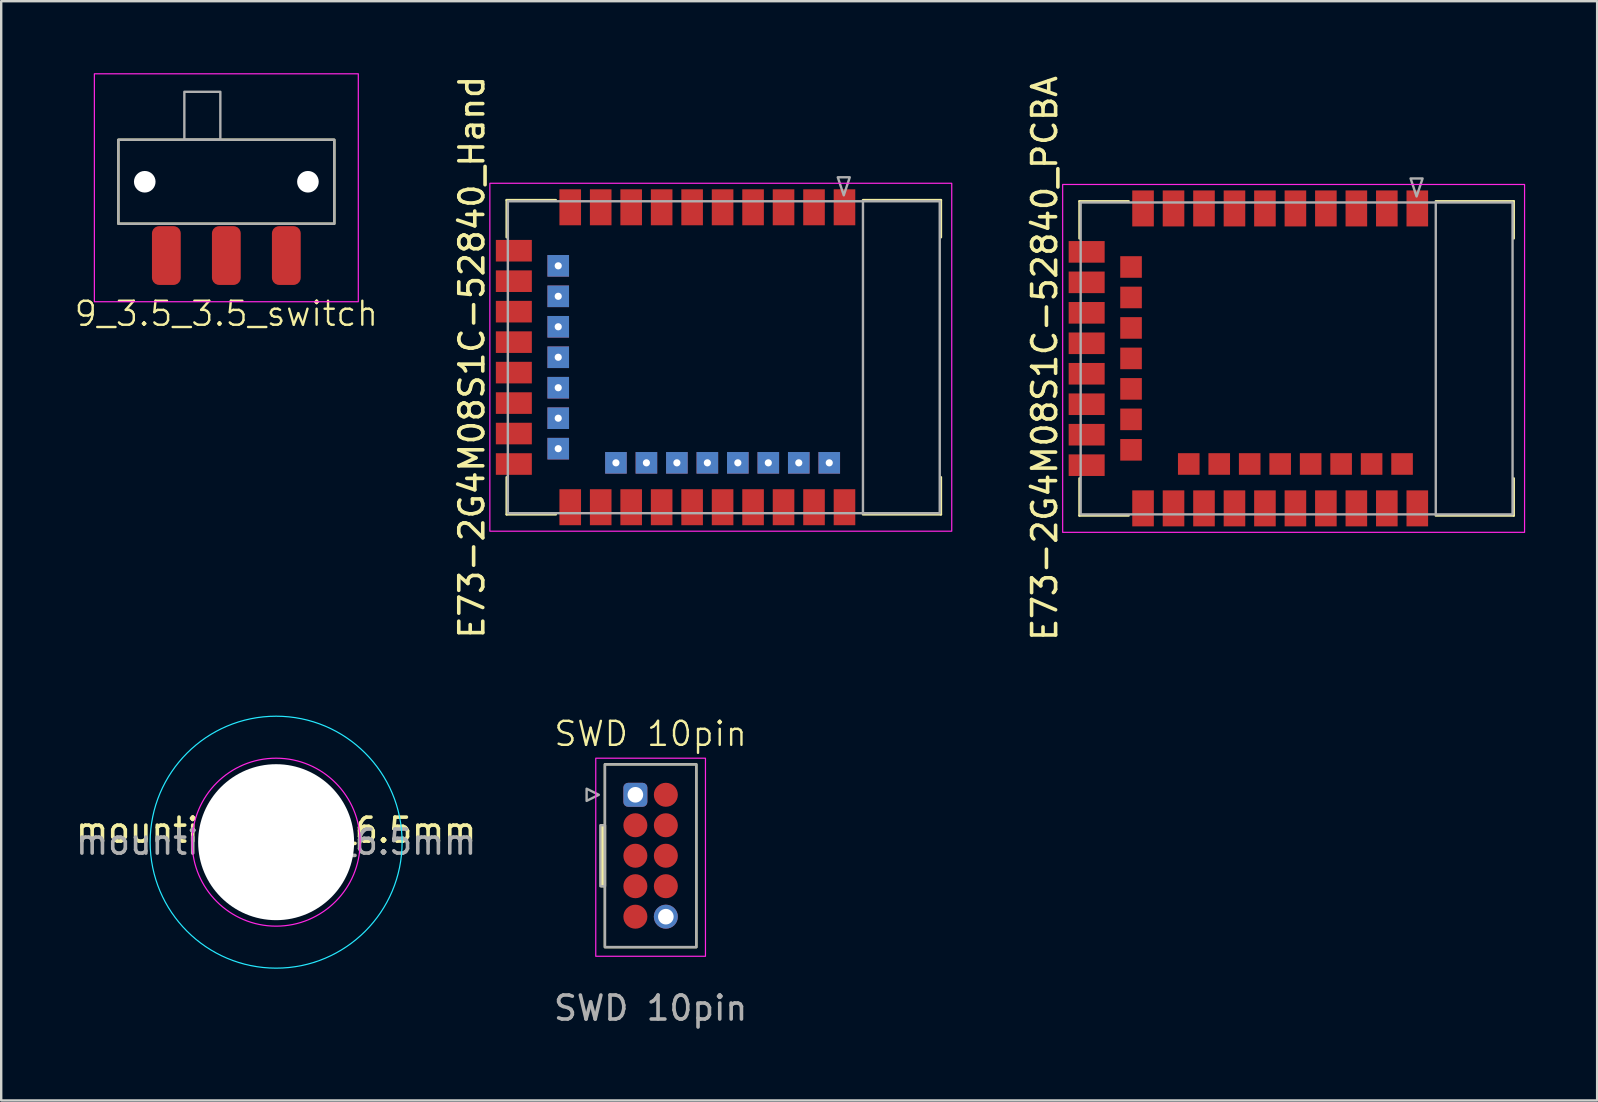
<source format=kicad_pcb>
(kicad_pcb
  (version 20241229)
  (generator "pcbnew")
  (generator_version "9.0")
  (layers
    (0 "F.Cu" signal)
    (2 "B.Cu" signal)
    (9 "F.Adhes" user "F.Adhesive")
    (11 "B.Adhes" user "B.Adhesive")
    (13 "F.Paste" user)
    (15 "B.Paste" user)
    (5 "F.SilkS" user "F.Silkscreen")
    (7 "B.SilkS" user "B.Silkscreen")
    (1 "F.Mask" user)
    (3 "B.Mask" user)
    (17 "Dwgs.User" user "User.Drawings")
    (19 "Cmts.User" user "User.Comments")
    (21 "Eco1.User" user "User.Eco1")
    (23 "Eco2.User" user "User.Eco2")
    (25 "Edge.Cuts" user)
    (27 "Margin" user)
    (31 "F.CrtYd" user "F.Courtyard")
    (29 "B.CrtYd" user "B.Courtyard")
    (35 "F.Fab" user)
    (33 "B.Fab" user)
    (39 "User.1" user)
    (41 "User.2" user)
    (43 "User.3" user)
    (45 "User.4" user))
  (footprint "mounting_hole_6.5mm"
    (layer "F.Cu")
    (at 8.458 32.049)
    (property "Reference" "mounting_hole_6.5mm" (at 0 -0.5 0) (unlocked yes) (layer "F.SilkS") (effects (font (size 1 1) (thickness 0.15))))
    (attr through_hole)
    (fp_circle (center 0 0) (end -5.25 0) (stroke (width 0.05) (type default)) (fill no) (layer "B.CrtYd"))
    (fp_circle (center 0 0) (end 3.5 0) (stroke (width 0.05) (type default)) (fill no) (layer "F.CrtYd"))
    (fp_text user "${REFERENCE}" (at 0 0 0) (unlocked yes) (layer "F.Fab") (effects (font (size 1 1) (thickness 0.15))))
    (pad "" np_thru_hole circle (at 0 0) (size 6.5 6.5) (drill 6.5) (layers "*.Cu" "*.Mask")))
  (footprint "9_3.5_3.5_switch"
    (layer "F.Cu")
    (at 6.383 4.525)
    (property "Reference" "9_3.5_3.5_switch" (at 0 5.5 0) (unlocked yes) (layer "F.SilkS") (effects (font (size 1 1) (thickness 0.1))))
    (attr smd)
    (fp_rect (start -4.5 -1.75) (end 4.5 1.75) (stroke (width 0.1) (type default)) (fill no) (layer "F.SilkS"))
    (fp_rect (start -5.5 -4.5) (end 5.5 5) (stroke (width 0.05) (type default)) (fill no) (layer "F.CrtYd"))
    (fp_rect (start -0.25 -1.75) (end -1.75 -3.75) (stroke (width 0.1) (type default)) (fill no) (layer "F.Fab"))
    (fp_rect (start 4.5 -1.75) (end -4.5 1.75) (stroke (width 0.1) (type default)) (fill no) (layer "F.Fab"))
    (pad "" np_thru_hole circle (at -3.4 0) (size 0.9 0.9) (drill 0.9) (layers "*.Cu" "*.Mask"))
    (pad "" np_thru_hole circle (at 3.4 0) (size 0.9 0.9) (drill 0.9) (layers "*.Cu" "*.Mask"))
    (pad "1" smd roundrect (at -2.5 3.075) (size 1.2 2.45) (layers "F.Cu" "F.Mask" "F.Paste") (roundrect_rratio 0.25))
    (pad "2" smd roundrect (at 0 3.075) (size 1.2 2.45) (layers "F.Cu" "F.Mask" "F.Paste") (roundrect_rratio 0.25))
    (pad "3" smd roundrect (at 2.5 3.075) (size 1.2 2.45) (layers "F.Cu" "F.Mask" "F.Paste") (roundrect_rratio 0.25)))
  (footprint "E73-2G4M08S1C-52840_PCBA"
    (layer "F.Cu")
    (at 50.988 11.887)
    (property "Reference" "E73-2G4M08S1C-52840_PCBA" (at -10.5 0 90) (layer "F.SilkS") (effects (font (size 1 1) (thickness 0.15))))
    (attr smd)
    (fp_line (start -9.05 -6.55) (end -9.05 -5) (stroke (width 0.1) (type default)) (layer "F.SilkS"))
    (fp_line (start -9.05 5) (end -9.05 6.55) (stroke (width 0.1) (type default)) (layer "F.SilkS"))
    (fp_line (start -9.05 6.55) (end -7 6.55) (stroke (width 0.1) (type default)) (layer "F.SilkS"))
    (fp_line (start -7 -6.55) (end -9.05 -6.55) (stroke (width 0.1) (type default)) (layer "F.SilkS"))
    (fp_line (start 5.8 6.55) (end 9.05 6.55) (stroke (width 0.1) (type default)) (layer "F.SilkS"))
    (fp_line (start 9.05 -6.55) (end 5.8 -6.55) (stroke (width 0.1) (type default)) (layer "F.SilkS"))
    (fp_line (start 9.05 -5) (end 9.05 -6.55) (stroke (width 0.1) (type default)) (layer "F.SilkS"))
    (fp_line (start 9.05 6.55) (end 9.05 5) (stroke (width 0.1) (type default)) (layer "F.SilkS"))
    (fp_rect (start -9.75 -7.25) (end 9.5 7.25) (stroke (width 0.05) (type default)) (fill no) (layer "F.CrtYd"))
    (fp_line (start 5.8 -6.5) (end 5.8 6.5) (stroke (width 0.1) (type default)) (layer "F.Fab"))
    (fp_rect (start 9 -6.5) (end -9 6.5) (stroke (width 0.1) (type solid)) (fill no) (layer "F.Fab"))
    (fp_poly (pts (xy 4.75 -7.5) (xy 5.25 -7.5) (xy 5 -6.75)) (stroke (width 0.1) (type solid)) (fill no) (layer "F.Fab"))
    (pad "1" smd rect (at 5.03 -6.5) (size 0.9 1.5) (drill (offset 0 0.25)) (layers "F.Cu" "F.Mask" "F.Paste"))
    (pad "2" smd rect (at 3.76 -6.5) (size 0.9 1.5) (drill (offset 0 0.25)) (layers "F.Cu" "F.Mask" "F.Paste"))
    (pad "3" smd rect (at 2.49 -6.5) (size 0.9 1.5) (drill (offset 0 0.25)) (layers "F.Cu" "F.Mask" "F.Paste"))
    (pad "4" smd rect (at 1.22 -6.5) (size 0.9 1.5) (drill (offset 0 0.25)) (layers "F.Cu" "F.Mask" "F.Paste"))
    (pad "5" smd rect (at -0.05 -6.5) (size 0.9 1.5) (drill (offset 0 0.25)) (layers "F.Cu" "F.Mask" "F.Paste"))
    (pad "6" smd rect (at -1.32 -6.5) (size 0.9 1.5) (drill (offset 0 0.25)) (layers "F.Cu" "F.Mask" "F.Paste"))
    (pad "7" smd rect (at -2.59 -6.5) (size 0.9 1.5) (drill (offset 0 0.25)) (layers "F.Cu" "F.Mask" "F.Paste"))
    (pad "8" smd rect (at -3.86 -6.5) (size 0.9 1.5) (drill (offset 0 0.25)) (layers "F.Cu" "F.Mask" "F.Paste"))
    (pad "9" smd rect (at -5.13 -6.5) (size 0.9 1.5) (drill (offset 0 0.25)) (layers "F.Cu" "F.Mask" "F.Paste"))
    (pad "10" smd rect (at -6.4 -6.5) (size 0.9 1.5) (drill (offset 0 0.25)) (layers "F.Cu" "F.Mask" "F.Paste"))
    (pad "11" smd rect (at -9 -4.44 90) (size 0.9 1.5) (drill (offset 0 0.25)) (layers "F.Cu" "F.Mask" "F.Paste"))
    (pad "12" smd rect (at -6.9 -3.81 90) (size 0.9 0.9) (layers "F.Cu" "F.Mask" "F.Paste"))
    (pad "13" smd rect (at -9 -3.17 90) (size 0.9 1.5) (drill (offset 0 0.25)) (layers "F.Cu" "F.Mask" "F.Paste"))
    (pad "14" smd rect (at -6.9 -2.54 90) (size 0.9 0.9) (layers "F.Cu" "F.Mask" "F.Paste"))
    (pad "15" smd rect (at -9 -1.9 90) (size 0.9 1.5) (drill (offset 0 0.25)) (layers "F.Cu" "F.Mask" "F.Paste"))
    (pad "16" smd rect (at -6.9 -1.27 90) (size 0.9 0.9) (layers "F.Cu" "F.Mask" "F.Paste"))
    (pad "17" smd rect (at -9 -0.63 90) (size 0.9 1.5) (drill (offset 0 0.25)) (layers "F.Cu" "F.Mask" "F.Paste"))
    (pad "18" smd rect (at -6.9 0 90) (size 0.9 0.9) (layers "F.Cu" "F.Mask" "F.Paste"))
    (pad "19" smd rect (at -9 0.64 90) (size 0.9 1.5) (drill (offset 0 0.25)) (layers "F.Cu" "F.Mask" "F.Paste"))
    (pad "20" smd rect (at -6.9 1.27 90) (size 0.9 0.9) (layers "F.Cu" "F.Mask" "F.Paste"))
    (pad "21" smd rect (at -9 1.91 90) (size 0.9 1.5) (drill (offset 0 0.25)) (layers "F.Cu" "F.Mask" "F.Paste"))
    (pad "22" smd rect (at -6.9 2.54 90) (size 0.9 0.9) (layers "F.Cu" "F.Mask" "F.Paste"))
    (pad "23" smd rect (at -9 3.18 90) (size 0.9 1.5) (drill (offset 0 0.25)) (layers "F.Cu" "F.Mask" "F.Paste"))
    (pad "24" smd rect (at -6.9 3.81 90) (size 0.9 0.9) (layers "F.Cu" "F.Mask" "F.Paste"))
    (pad "25" smd rect (at -9 4.45 90) (size 0.9 1.5) (drill (offset 0 0.25)) (layers "F.Cu" "F.Mask" "F.Paste"))
    (pad "26" smd rect (at -6.4 6.5 180) (size 0.9 1.5) (drill (offset 0 0.25)) (layers "F.Cu" "F.Mask" "F.Paste"))
    (pad "27" smd rect (at -5.13 6.5 180) (size 0.9 1.5) (drill (offset 0 0.25)) (layers "F.Cu" "F.Mask" "F.Paste"))
    (pad "28" smd rect (at -4.495 4.4 90) (size 0.9 0.9) (layers "F.Cu" "F.Mask" "F.Paste"))
    (pad "29" smd rect (at -3.86 6.5 180) (size 0.9 1.5) (drill (offset 0 0.25)) (layers "F.Cu" "F.Mask" "F.Paste"))
    (pad "30" smd rect (at -3.225 4.4 90) (size 0.9 0.9) (layers "F.Cu" "F.Mask" "F.Paste"))
    (pad "31" smd rect (at -2.59 6.5 180) (size 0.9 1.5) (drill (offset 0 0.25)) (layers "F.Cu" "F.Mask" "F.Paste"))
    (pad "32" smd rect (at -1.955 4.4 90) (size 0.9 0.9) (layers "F.Cu" "F.Mask" "F.Paste"))
    (pad "33" smd rect (at -1.32 6.5 180) (size 0.9 1.5) (drill (offset 0 0.25)) (layers "F.Cu" "F.Mask" "F.Paste"))
    (pad "34" smd rect (at -0.685 4.4 90) (size 0.9 0.9) (layers "F.Cu" "F.Mask" "F.Paste"))
    (pad "35" smd rect (at -0.05 6.5 180) (size 0.9 1.5) (drill (offset 0 0.25)) (layers "F.Cu" "F.Mask" "F.Paste"))
    (pad "36" smd rect (at 0.585 4.4 90) (size 0.9 0.9) (layers "F.Cu" "F.Mask" "F.Paste"))
    (pad "37" smd rect (at 1.22 6.5 180) (size 0.9 1.5) (drill (offset 0 0.25)) (layers "F.Cu" "F.Mask" "F.Paste"))
    (pad "38" smd rect (at 1.855 4.4 90) (size 0.9 0.9) (layers "F.Cu" "F.Mask" "F.Paste"))
    (pad "39" smd rect (at 2.49 6.5 180) (size 0.9 1.5) (drill (offset 0 0.25)) (layers "F.Cu" "F.Mask" "F.Paste"))
    (pad "40" smd rect (at 3.125 4.4 90) (size 0.9 0.9) (layers "F.Cu" "F.Mask" "F.Paste"))
    (pad "41" smd rect (at 3.76 6.5 180) (size 0.9 1.5) (drill (offset 0 0.25)) (layers "F.Cu" "F.Mask" "F.Paste"))
    (pad "42" smd rect (at 4.395 4.4 90) (size 0.9 0.9) (layers "F.Cu" "F.Mask" "F.Paste"))
    (pad "43" smd rect (at 5.03 6.5 180) (size 0.9 1.5) (drill (offset 0 0.25)) (layers "F.Cu" "F.Mask" "F.Paste"))
    (zone (net_name "") (layers "F.Cu" "B.Cu") (name "ant") (hatch edge 0.5) (connect_pads) (min_thickness 0.25) (filled_areas_thickness no) (keepout (tracks not_allowed) (vias not_allowed) (pads not_allowed) (copperpour not_allowed) (footprints not_allowed)) (placement (enabled no)) (fill) (polygon (pts (xy 56.788 18.387) (xy 59.988 18.387) (xy 59.988 5.387) (xy 56.788 5.387))))
    (zone (net_name "") (layers "F.Cu" "B.Cu") (name "ant") (hatch edge 0.5) (connect_pads) (min_thickness 0.25) (filled_areas_thickness no) (keepout (tracks not_allowed) (vias not_allowed) (pads not_allowed) (copperpour not_allowed) (footprints not_allowed)) (placement (enabled no)) (fill) (polygon (pts (xy 56.788 18.387) (xy 59.988 18.387) (xy 59.988 5.387) (xy 56.788 5.387))))
    (zone (net_name "") (layer "B.Cu") (name "ant") (hatch edge 0.5) (connect_pads) (min_thickness 0.25) (filled_areas_thickness no) (keepout (tracks allowed) (vias not_allowed) (pads not_allowed) (copperpour not_allowed) (footprints allowed)) (placement (enabled no)) (fill) (polygon (pts (xy 56.788 18.387) (xy 59.988 18.387) (xy 59.988 5.387) (xy 56.788 5.387))))
    (zone (net_name "") (layer "B.Cu") (name "ant") (hatch edge 0.5) (connect_pads) (min_thickness 0.25) (filled_areas_thickness no) (keepout (tracks allowed) (vias not_allowed) (pads not_allowed) (copperpour not_allowed) (footprints allowed)) (placement (enabled no)) (fill) (polygon (pts (xy 56.788 18.387) (xy 59.988 18.387) (xy 59.988 5.387) (xy 56.788 5.387)))))
  (footprint "SWD 10pin"
    (layer "F.Cu")
    (at 24.065 32.614)
    (property "Reference" "SWD 10pin" (at 0 -5.08 0) (unlocked yes) (layer "F.SilkS") (effects (font (size 1 1) (thickness 0.1))))
    (attr through_hole)
    (fp_rect (start -2.057 -1.27) (end -1.905 1.27) (stroke (width 0.1) (type solid)) (fill yes) (layer "F.SilkS"))
    (fp_rect (start -1.905 -3.81) (end 1.905 3.81) (stroke (width 0.1) (type default)) (fill no) (layer "F.SilkS"))
    (fp_rect (start -2.286 -4.064) (end 2.286 4.191) (stroke (width 0.05) (type default)) (fill no) (layer "F.CrtYd"))
    (fp_rect (start -2.095 -1.27) (end -1.905 1.27) (stroke (width 0.1) (type default)) (fill no) (layer "F.Fab"))
    (fp_rect (start -1.905 -3.81) (end 1.905 3.81) (stroke (width 0.1) (type default)) (fill no) (layer "F.Fab"))
    (fp_poly (pts (xy -2.667 -2.794) (xy -2.667 -2.286) (xy -2.159 -2.54)) (stroke (width 0.1) (type solid)) (fill no) (layer "F.Fab"))
    (fp_text user "${REFERENCE}" (at 0 6.35 0) (unlocked yes) (layer "F.Fab") (effects (font (size 1 1) (thickness 0.15))))
    (pad "1" thru_hole roundrect (at -0.635 -2.54) (size 1 1) (drill 0.65) (layers "*.Cu" "*.Mask") (roundrect_rratio 0.2))
    (pad "2" smd circle (at 0.635 -2.54) (size 1 1) (layers "F.Cu" "F.Mask"))
    (pad "3" smd circle (at -0.635 -1.27) (size 1 1) (layers "F.Cu" "F.Mask"))
    (pad "4" smd circle (at 0.635 -1.27) (size 1 1) (layers "F.Cu" "F.Mask"))
    (pad "5" smd circle (at -0.635 0) (size 1 1) (layers "F.Cu" "F.Mask"))
    (pad "6" smd circle (at 0.635 0) (size 1 1) (layers "F.Cu" "F.Mask"))
    (pad "7" smd circle (at -0.635 1.27) (size 1 1) (layers "F.Cu" "F.Mask"))
    (pad "8" smd circle (at 0.635 1.27) (size 1 1) (layers "F.Cu" "F.Mask"))
    (pad "9" smd circle (at -0.635 2.54) (size 1 1) (layers "F.Cu" "F.Mask"))
    (pad "10" thru_hole circle (at 0.635 2.54) (size 1 1) (drill 0.65) (layers "*.Cu" "*.Mask")))
  (footprint "E73-2G4M08S1C-52840_Hand"
    (layer "F.Cu")
    (at 27.115 11.839)
    (property "Reference" "E73-2G4M08S1C-52840_Hand" (at -10.5 0 90) (layer "F.SilkS") (effects (font (size 1 1) (thickness 0.15))))
    (attr smd)
    (fp_line (start -9.05 -6.55) (end -9.05 -5) (stroke (width 0.1) (type default)) (layer "F.SilkS"))
    (fp_line (start -9.05 5) (end -9.05 6.55) (stroke (width 0.1) (type default)) (layer "F.SilkS"))
    (fp_line (start -9.05 6.55) (end -7 6.55) (stroke (width 0.1) (type default)) (layer "F.SilkS"))
    (fp_line (start -7 -6.55) (end -9.05 -6.55) (stroke (width 0.1) (type default)) (layer "F.SilkS"))
    (fp_line (start 5.8 6.55) (end 9.05 6.55) (stroke (width 0.1) (type default)) (layer "F.SilkS"))
    (fp_line (start 9.05 -6.55) (end 5.8 -6.55) (stroke (width 0.1) (type default)) (layer "F.SilkS"))
    (fp_line (start 9.05 -5) (end 9.05 -6.55) (stroke (width 0.1) (type default)) (layer "F.SilkS"))
    (fp_line (start 9.05 6.55) (end 9.05 5) (stroke (width 0.1) (type default)) (layer "F.SilkS"))
    (fp_rect (start -9.75 -7.25) (end 9.5 7.25) (stroke (width 0.05) (type default)) (fill no) (layer "F.CrtYd"))
    (fp_line (start 5.8 -6.5) (end 5.8 6.5) (stroke (width 0.1) (type default)) (layer "F.Fab"))
    (fp_rect (start 9 -6.5) (end -9 6.5) (stroke (width 0.1) (type solid)) (fill no) (layer "F.Fab"))
    (fp_poly (pts (xy 4.75 -7.5) (xy 5.25 -7.5) (xy 5 -6.75)) (stroke (width 0.1) (type solid)) (fill no) (layer "F.Fab"))
    (pad "1" smd rect (at 5.03 -6.5) (size 0.9 1.5) (drill (offset 0 0.25)) (layers "F.Cu" "F.Mask" "F.Paste"))
    (pad "2" smd rect (at 3.76 -6.5) (size 0.9 1.5) (drill (offset 0 0.25)) (layers "F.Cu" "F.Mask" "F.Paste"))
    (pad "3" smd rect (at 2.49 -6.5) (size 0.9 1.5) (drill (offset 0 0.25)) (layers "F.Cu" "F.Mask" "F.Paste"))
    (pad "4" smd rect (at 1.22 -6.5) (size 0.9 1.5) (drill (offset 0 0.25)) (layers "F.Cu" "F.Mask" "F.Paste"))
    (pad "5" smd rect (at -0.05 -6.5) (size 0.9 1.5) (drill (offset 0 0.25)) (layers "F.Cu" "F.Mask" "F.Paste"))
    (pad "6" smd rect (at -1.32 -6.5) (size 0.9 1.5) (drill (offset 0 0.25)) (layers "F.Cu" "F.Mask" "F.Paste"))
    (pad "7" smd rect (at -2.59 -6.5) (size 0.9 1.5) (drill (offset 0 0.25)) (layers "F.Cu" "F.Mask" "F.Paste"))
    (pad "8" smd rect (at -3.86 -6.5) (size 0.9 1.5) (drill (offset 0 0.25)) (layers "F.Cu" "F.Mask" "F.Paste"))
    (pad "9" smd rect (at -5.13 -6.5) (size 0.9 1.5) (drill (offset 0 0.25)) (layers "F.Cu" "F.Mask" "F.Paste"))
    (pad "10" smd rect (at -6.4 -6.5) (size 0.9 1.5) (drill (offset 0 0.25)) (layers "F.Cu" "F.Mask" "F.Paste"))
    (pad "11" smd rect (at -9 -4.44 90) (size 0.9 1.5) (drill (offset 0 0.25)) (layers "F.Cu" "F.Mask" "F.Paste"))
    (pad "12" thru_hole rect (at -6.9 -3.81 90) (size 0.9 0.9) (drill 0.3) (layers "*.Cu" "*.Mask" "F.Paste"))
    (pad "13" smd rect (at -9 -3.17 90) (size 0.9 1.5) (drill (offset 0 0.25)) (layers "F.Cu" "F.Mask" "F.Paste"))
    (pad "14" thru_hole rect (at -6.9 -2.54 90) (size 0.9 0.9) (drill 0.3) (layers "*.Cu" "*.Mask" "F.Paste"))
    (pad "15" smd rect (at -9 -1.9 90) (size 0.9 1.5) (drill (offset 0 0.25)) (layers "F.Cu" "F.Mask" "F.Paste"))
    (pad "16" thru_hole rect (at -6.9 -1.27 90) (size 0.9 0.9) (drill 0.3) (layers "*.Cu" "*.Mask" "F.Paste"))
    (pad "17" smd rect (at -9 -0.63 90) (size 0.9 1.5) (drill (offset 0 0.25)) (layers "F.Cu" "F.Mask" "F.Paste"))
    (pad "18" thru_hole rect (at -6.9 0 90) (size 0.9 0.9) (drill 0.3) (layers "*.Cu" "*.Mask" "F.Paste"))
    (pad "19" smd rect (at -9 0.64 90) (size 0.9 1.5) (drill (offset 0 0.25)) (layers "F.Cu" "F.Mask" "F.Paste"))
    (pad "20" thru_hole rect (at -6.9 1.27 90) (size 0.9 0.9) (drill 0.3) (layers "*.Cu" "*.Mask" "F.Paste"))
    (pad "21" smd rect (at -9 1.91 90) (size 0.9 1.5) (drill (offset 0 0.25)) (layers "F.Cu" "F.Mask" "F.Paste"))
    (pad "22" thru_hole rect (at -6.9 2.54 90) (size 0.9 0.9) (drill 0.3) (layers "*.Cu" "*.Mask" "F.Paste"))
    (pad "23" smd rect (at -9 3.18 90) (size 0.9 1.5) (drill (offset 0 0.25)) (layers "F.Cu" "F.Mask" "F.Paste"))
    (pad "24" thru_hole rect (at -6.9 3.81 90) (size 0.9 0.9) (drill 0.3) (layers "*.Cu" "*.Mask" "F.Paste"))
    (pad "25" smd rect (at -9 4.45 90) (size 0.9 1.5) (drill (offset 0 0.25)) (layers "F.Cu" "F.Mask" "F.Paste"))
    (pad "26" smd rect (at -6.4 6.5 180) (size 0.9 1.5) (drill (offset 0 0.25)) (layers "F.Cu" "F.Mask" "F.Paste"))
    (pad "27" smd rect (at -5.13 6.5 180) (size 0.9 1.5) (drill (offset 0 0.25)) (layers "F.Cu" "F.Mask" "F.Paste"))
    (pad "28" thru_hole rect (at -4.495 4.4 90) (size 0.9 0.9) (drill 0.3) (layers "*.Cu" "*.Mask" "F.Paste"))
    (pad "29" smd rect (at -3.86 6.5 180) (size 0.9 1.5) (drill (offset 0 0.25)) (layers "F.Cu" "F.Mask" "F.Paste"))
    (pad "30" thru_hole rect (at -3.225 4.4 90) (size 0.9 0.9) (drill 0.3) (layers "*.Cu" "*.Mask" "F.Paste"))
    (pad "31" smd rect (at -2.59 6.5 180) (size 0.9 1.5) (drill (offset 0 0.25)) (layers "F.Cu" "F.Mask" "F.Paste"))
    (pad "32" thru_hole rect (at -1.955 4.4 90) (size 0.9 0.9) (drill 0.3) (layers "*.Cu" "*.Mask" "F.Paste"))
    (pad "33" smd rect (at -1.32 6.5 180) (size 0.9 1.5) (drill (offset 0 0.25)) (layers "F.Cu" "F.Mask" "F.Paste"))
    (pad "34" thru_hole rect (at -0.685 4.4 90) (size 0.9 0.9) (drill 0.3) (layers "*.Cu" "*.Mask" "F.Paste"))
    (pad "35" smd rect (at -0.05 6.5 180) (size 0.9 1.5) (drill (offset 0 0.25)) (layers "F.Cu" "F.Mask" "F.Paste"))
    (pad "36" thru_hole rect (at 0.585 4.4 90) (size 0.9 0.9) (drill 0.3) (layers "*.Cu" "*.Mask" "F.Paste"))
    (pad "37" smd rect (at 1.22 6.5 180) (size 0.9 1.5) (drill (offset 0 0.25)) (layers "F.Cu" "F.Mask" "F.Paste"))
    (pad "38" thru_hole rect (at 1.855 4.4 90) (size 0.9 0.9) (drill 0.3) (layers "*.Cu" "*.Mask" "F.Paste"))
    (pad "39" smd rect (at 2.49 6.5 180) (size 0.9 1.5) (drill (offset 0 0.25)) (layers "F.Cu" "F.Mask" "F.Paste"))
    (pad "40" thru_hole rect (at 3.125 4.4 90) (size 0.9 0.9) (drill 0.3) (layers "*.Cu" "*.Mask" "F.Paste"))
    (pad "41" smd rect (at 3.76 6.5 180) (size 0.9 1.5) (drill (offset 0 0.25)) (layers "F.Cu" "F.Mask" "F.Paste"))
    (pad "42" thru_hole rect (at 4.395 4.4 90) (size 0.9 0.9) (drill 0.3) (layers "*.Cu" "*.Mask" "F.Paste"))
    (pad "43" smd rect (at 5.03 6.5 180) (size 0.9 1.5) (drill (offset 0 0.25)) (layers "F.Cu" "F.Mask" "F.Paste"))
    (zone (net_name "") (layers "F.Cu" "B.Cu") (name "ant") (hatch edge 0.5) (connect_pads) (min_thickness 0.25) (filled_areas_thickness no) (keepout (tracks not_allowed) (vias not_allowed) (pads not_allowed) (copperpour not_allowed) (footprints not_allowed)) (placement (enabled no)) (fill) (polygon (pts (xy 32.915 18.339) (xy 36.115 18.339) (xy 36.115 5.339) (xy 32.915 5.339))))
    (zone (net_name "") (layers "F.Cu" "B.Cu") (name "ant") (hatch edge 0.5) (connect_pads) (min_thickness 0.25) (filled_areas_thickness no) (keepout (tracks not_allowed) (vias not_allowed) (pads not_allowed) (copperpour not_allowed) (footprints not_allowed)) (placement (enabled no)) (fill) (polygon (pts (xy 32.915 18.339) (xy 36.115 18.339) (xy 36.115 5.339) (xy 32.915 5.339))))
    (zone (net_name "") (layer "B.Cu") (name "ant") (hatch edge 0.5) (connect_pads) (min_thickness 0.25) (filled_areas_thickness no) (keepout (tracks allowed) (vias not_allowed) (pads not_allowed) (copperpour not_allowed) (footprints allowed)) (placement (enabled no)) (fill) (polygon (pts (xy 32.915 18.339) (xy 36.115 18.339) (xy 36.115 5.339) (xy 32.915 5.339))))
    (zone (net_name "") (layer "B.Cu") (name "ant") (hatch edge 0.5) (connect_pads) (min_thickness 0.25) (filled_areas_thickness no) (keepout (tracks allowed) (vias not_allowed) (pads not_allowed) (copperpour not_allowed) (footprints allowed)) (placement (enabled no)) (fill) (polygon (pts (xy 32.915 18.339) (xy 36.115 18.339) (xy 36.115 5.339) (xy 32.915 5.339)))))
  (gr_rect
    (start -3 -3)
    (end 63.513 42.813)
    (stroke (width 0.1) (type default))
    (fill no)
    (layer "Edge.Cuts")))
</source>
